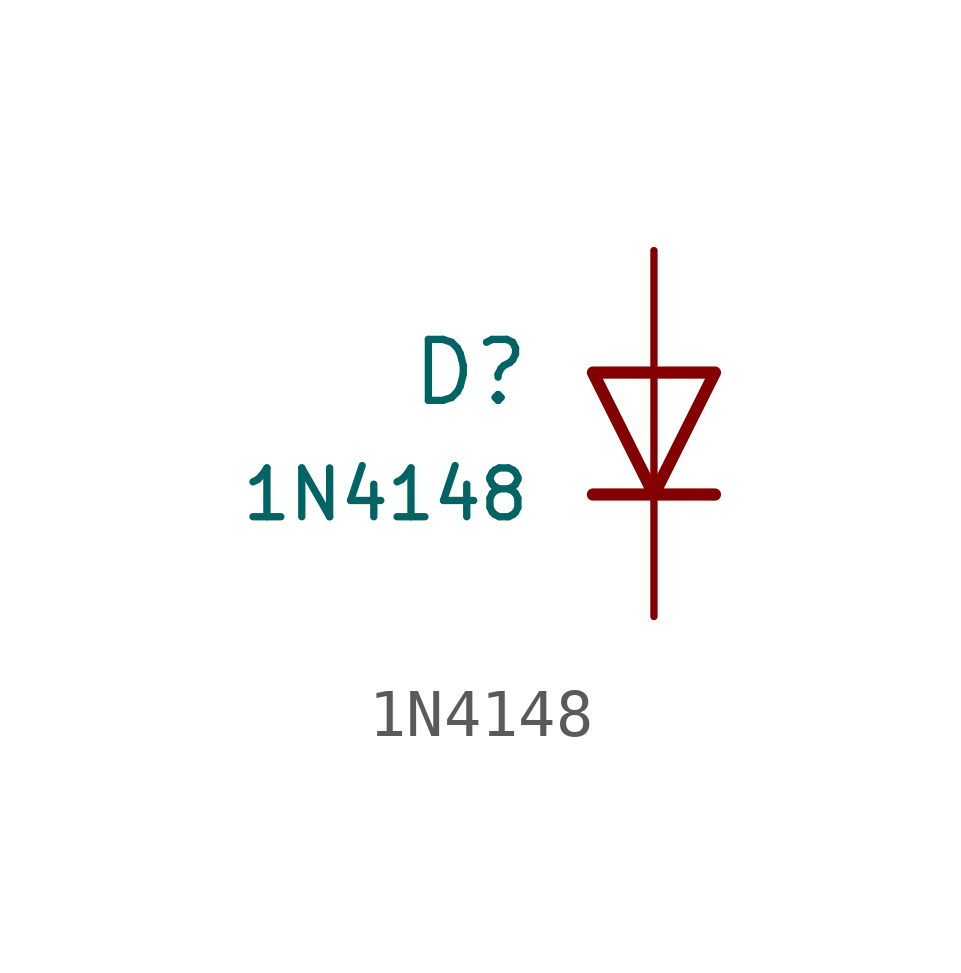
<source format=kicad_sym>
(kicad_symbol_lib
  (version 20241209)
  (generator "kicad_symbol_editor")
  (generator_version "9.0")
  (symbol "1N4148"
    (pin_numbers
      (hide yes))
    (pin_names
      (hide yes))
    (property "Reference" "D"
      (at -2.54 1.27 0)
      (effects (font (size 1.27 1.27)) (justify right)))
    (property "Value" "1N4148"
      (at -2.54 -1.27 0)
      (effects (font (size 1.016 1.016)) (justify right)))
    (symbol "1N4148_0_1"
      (polyline (pts (xy -1.27 1.27) (xy 1.27 1.27) (xy 0 -1.27) (xy -1.27 1.27)) (stroke (width 0.254) (type default)) (fill (type none)))
      (polyline (pts (xy -1.27 -1.27) (xy 1.27 -1.27)) (stroke (width 0.254) (type default)) (fill (type none)))
      (polyline (pts (xy 0 1.27) (xy 0 -1.27)) (stroke (width 0) (type default)) (fill (type none))))
    (symbol "1N4148_1_1"
      (pin passive line (at 0 3.81 270) (length 2.54) (name "A" (effects (font (size 1.27 1.27)))) (number "2" (effects (font (size 1.27 1.27)))))
      (pin passive line (at 0 -3.81 90) (length 2.54) (name "K" (effects (font (size 1.27 1.27)))) (number "1" (effects (font (size 1.27 1.27))))))))
</source>
